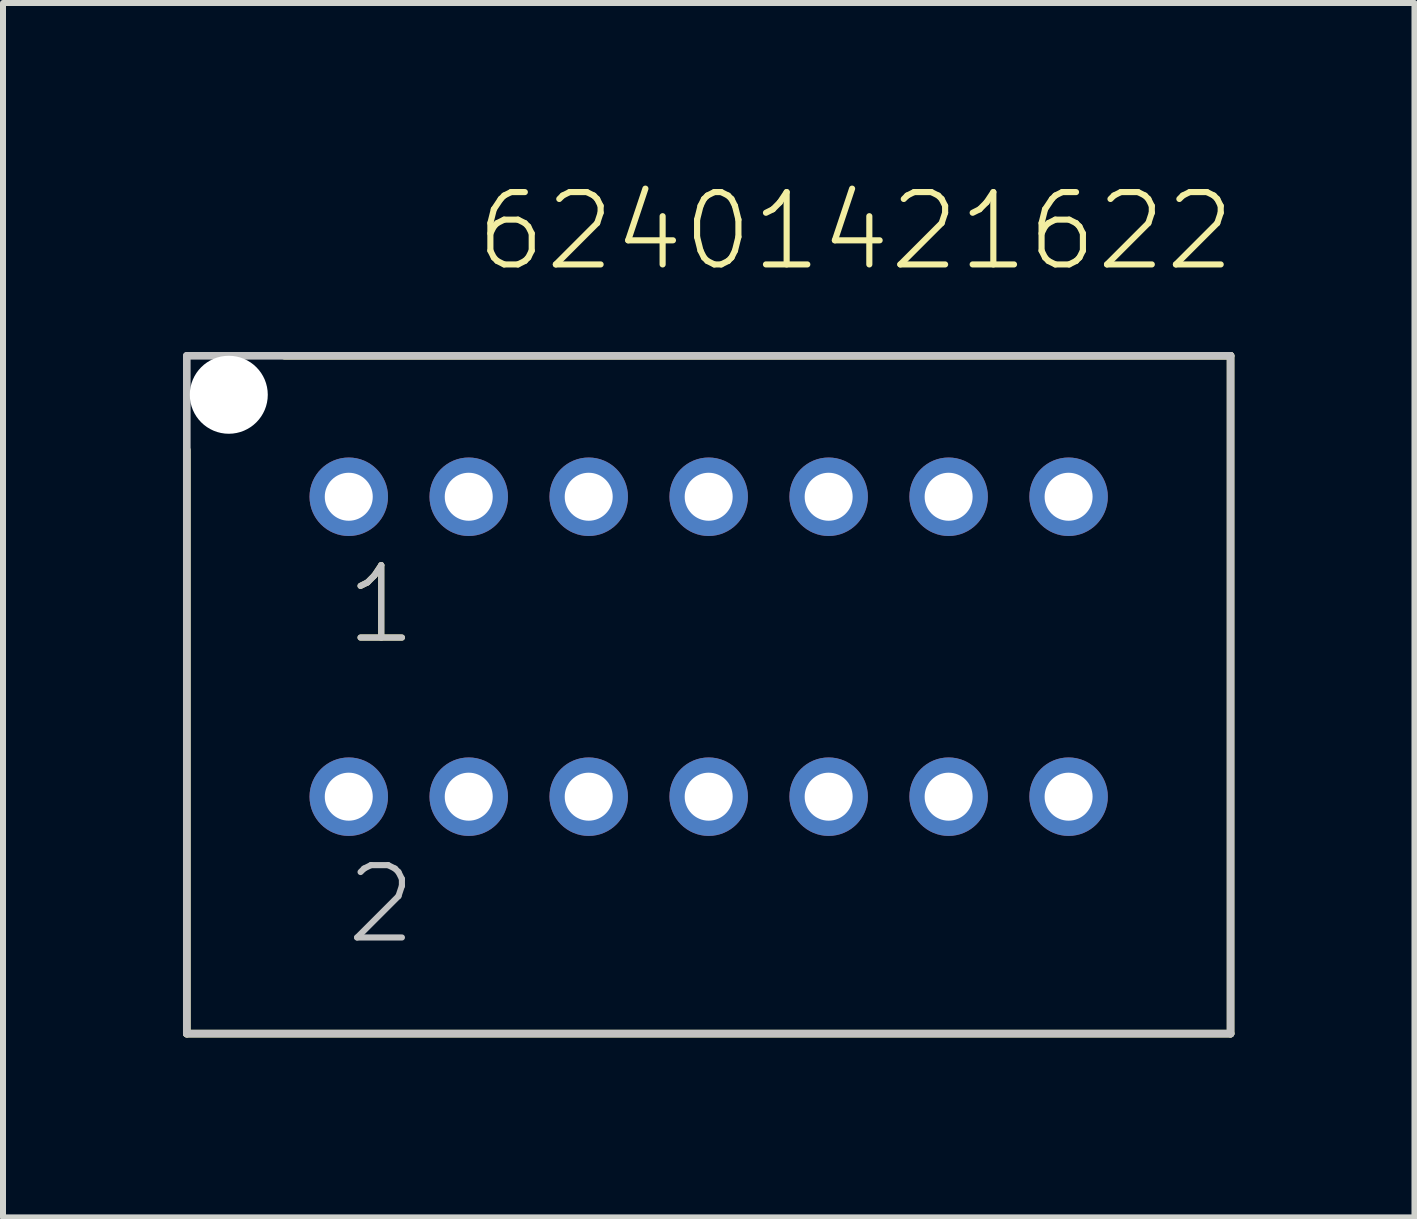
<source format=kicad_pcb>
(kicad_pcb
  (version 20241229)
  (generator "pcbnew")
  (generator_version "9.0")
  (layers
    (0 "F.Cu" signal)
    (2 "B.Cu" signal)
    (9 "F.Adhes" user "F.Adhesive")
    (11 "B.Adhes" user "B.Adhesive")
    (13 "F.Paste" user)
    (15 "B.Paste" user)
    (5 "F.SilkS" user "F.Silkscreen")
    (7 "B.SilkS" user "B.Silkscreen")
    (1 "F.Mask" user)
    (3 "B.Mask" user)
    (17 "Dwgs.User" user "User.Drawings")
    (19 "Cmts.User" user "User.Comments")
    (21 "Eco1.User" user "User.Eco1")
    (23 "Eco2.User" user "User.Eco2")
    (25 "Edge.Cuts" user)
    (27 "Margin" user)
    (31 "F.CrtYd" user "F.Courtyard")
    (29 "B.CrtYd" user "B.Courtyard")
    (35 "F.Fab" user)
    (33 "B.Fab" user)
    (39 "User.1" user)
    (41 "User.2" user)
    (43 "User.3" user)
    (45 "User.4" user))
  (footprint "62401421622"
    (layer "F.Cu")
    (at 8.764 7.731)
    (property "Reference" "62401421622" (at -3.936 -6.22 0) (layer "F.SilkS") (effects (font (size 1.206 1.206) (thickness 0.102)) (justify left bottom)))
    (attr through_hole)
    (fp_line (start -8.7 6.45) (end -8.7 -3.28) (stroke (width 0.127) (type solid)) (layer "F.SilkS"))
    (fp_line (start -7.07 -4.85) (end 8.7 -4.85) (stroke (width 0.127) (type solid)) (layer "F.SilkS"))
    (fp_line (start 8.7 -4.85) (end 8.7 6.45) (stroke (width 0.127) (type solid)) (layer "F.SilkS"))
    (fp_line (start 8.7 6.45) (end -8.7 6.45) (stroke (width 0.127) (type solid)) (layer "F.SilkS"))
    (fp_line (start -8.7 -4.85) (end 8.7 -4.85) (stroke (width 0.127) (type solid)) (layer "Dwgs.User"))
    (fp_line (start -8.7 6.45) (end -8.7 -4.85) (stroke (width 0.127) (type solid)) (layer "Dwgs.User"))
    (fp_line (start 8.7 -4.85) (end 8.7 6.45) (stroke (width 0.127) (type solid)) (layer "Dwgs.User"))
    (fp_line (start 8.7 6.45) (end -8.7 6.45) (stroke (width 0.127) (type solid)) (layer "Dwgs.User"))
    (fp_text user "1" (at -6.1 0 0) (layer "F.SilkS") (effects (font (size 1.206 1.206) (thickness 0.102)) (justify left bottom)))
    (fp_text user "1" (at -6.1 0 0) (layer "Dwgs.User") (effects (font (size 1.206 1.206) (thickness 0.102)) (justify left bottom)))
    (fp_text user "2" (at -6.1 5 0) (layer "Dwgs.User") (effects (font (size 1.206 1.206) (thickness 0.102)) (justify left bottom)))
    (pad "" np_thru_hole circle (at -8 -4.2) (size 1.3 1.3) (drill 1.3) (layers "*.Cu"))
    (pad "1" thru_hole circle (at -6 -2.5) (size 1.308 1.308) (drill 0.8) (layers "*.Cu" "*.Mask"))
    (pad "2" thru_hole circle (at -6 2.5) (size 1.308 1.308) (drill 0.8) (layers "*.Cu" "*.Mask"))
    (pad "3" thru_hole circle (at -4 -2.5) (size 1.308 1.308) (drill 0.8) (layers "*.Cu" "*.Mask"))
    (pad "4" thru_hole circle (at -4 2.5) (size 1.308 1.308) (drill 0.8) (layers "*.Cu" "*.Mask"))
    (pad "5" thru_hole circle (at -2 -2.5) (size 1.308 1.308) (drill 0.8) (layers "*.Cu" "*.Mask"))
    (pad "6" thru_hole circle (at -2 2.5) (size 1.308 1.308) (drill 0.8) (layers "*.Cu" "*.Mask"))
    (pad "7" thru_hole circle (at 0 -2.5) (size 1.308 1.308) (drill 0.8) (layers "*.Cu" "*.Mask"))
    (pad "8" thru_hole circle (at 0 2.5) (size 1.308 1.308) (drill 0.8) (layers "*.Cu" "*.Mask"))
    (pad "9" thru_hole circle (at 2 -2.5) (size 1.308 1.308) (drill 0.8) (layers "*.Cu" "*.Mask"))
    (pad "10" thru_hole circle (at 2 2.5) (size 1.308 1.308) (drill 0.8) (layers "*.Cu" "*.Mask"))
    (pad "11" thru_hole circle (at 4 -2.5) (size 1.308 1.308) (drill 0.8) (layers "*.Cu" "*.Mask"))
    (pad "12" thru_hole circle (at 4 2.5) (size 1.308 1.308) (drill 0.8) (layers "*.Cu" "*.Mask"))
    (pad "13" thru_hole circle (at 6 -2.5) (size 1.308 1.308) (drill 0.8) (layers "*.Cu" "*.Mask"))
    (pad "14" thru_hole circle (at 6 2.5) (size 1.308 1.308) (drill 0.8) (layers "*.Cu" "*.Mask")))
  (gr_rect
    (start -3 -3)
    (end 20.53 17.245)
    (stroke (width 0.1) (type default))
    (fill no)
    (layer "Edge.Cuts")))
</source>
